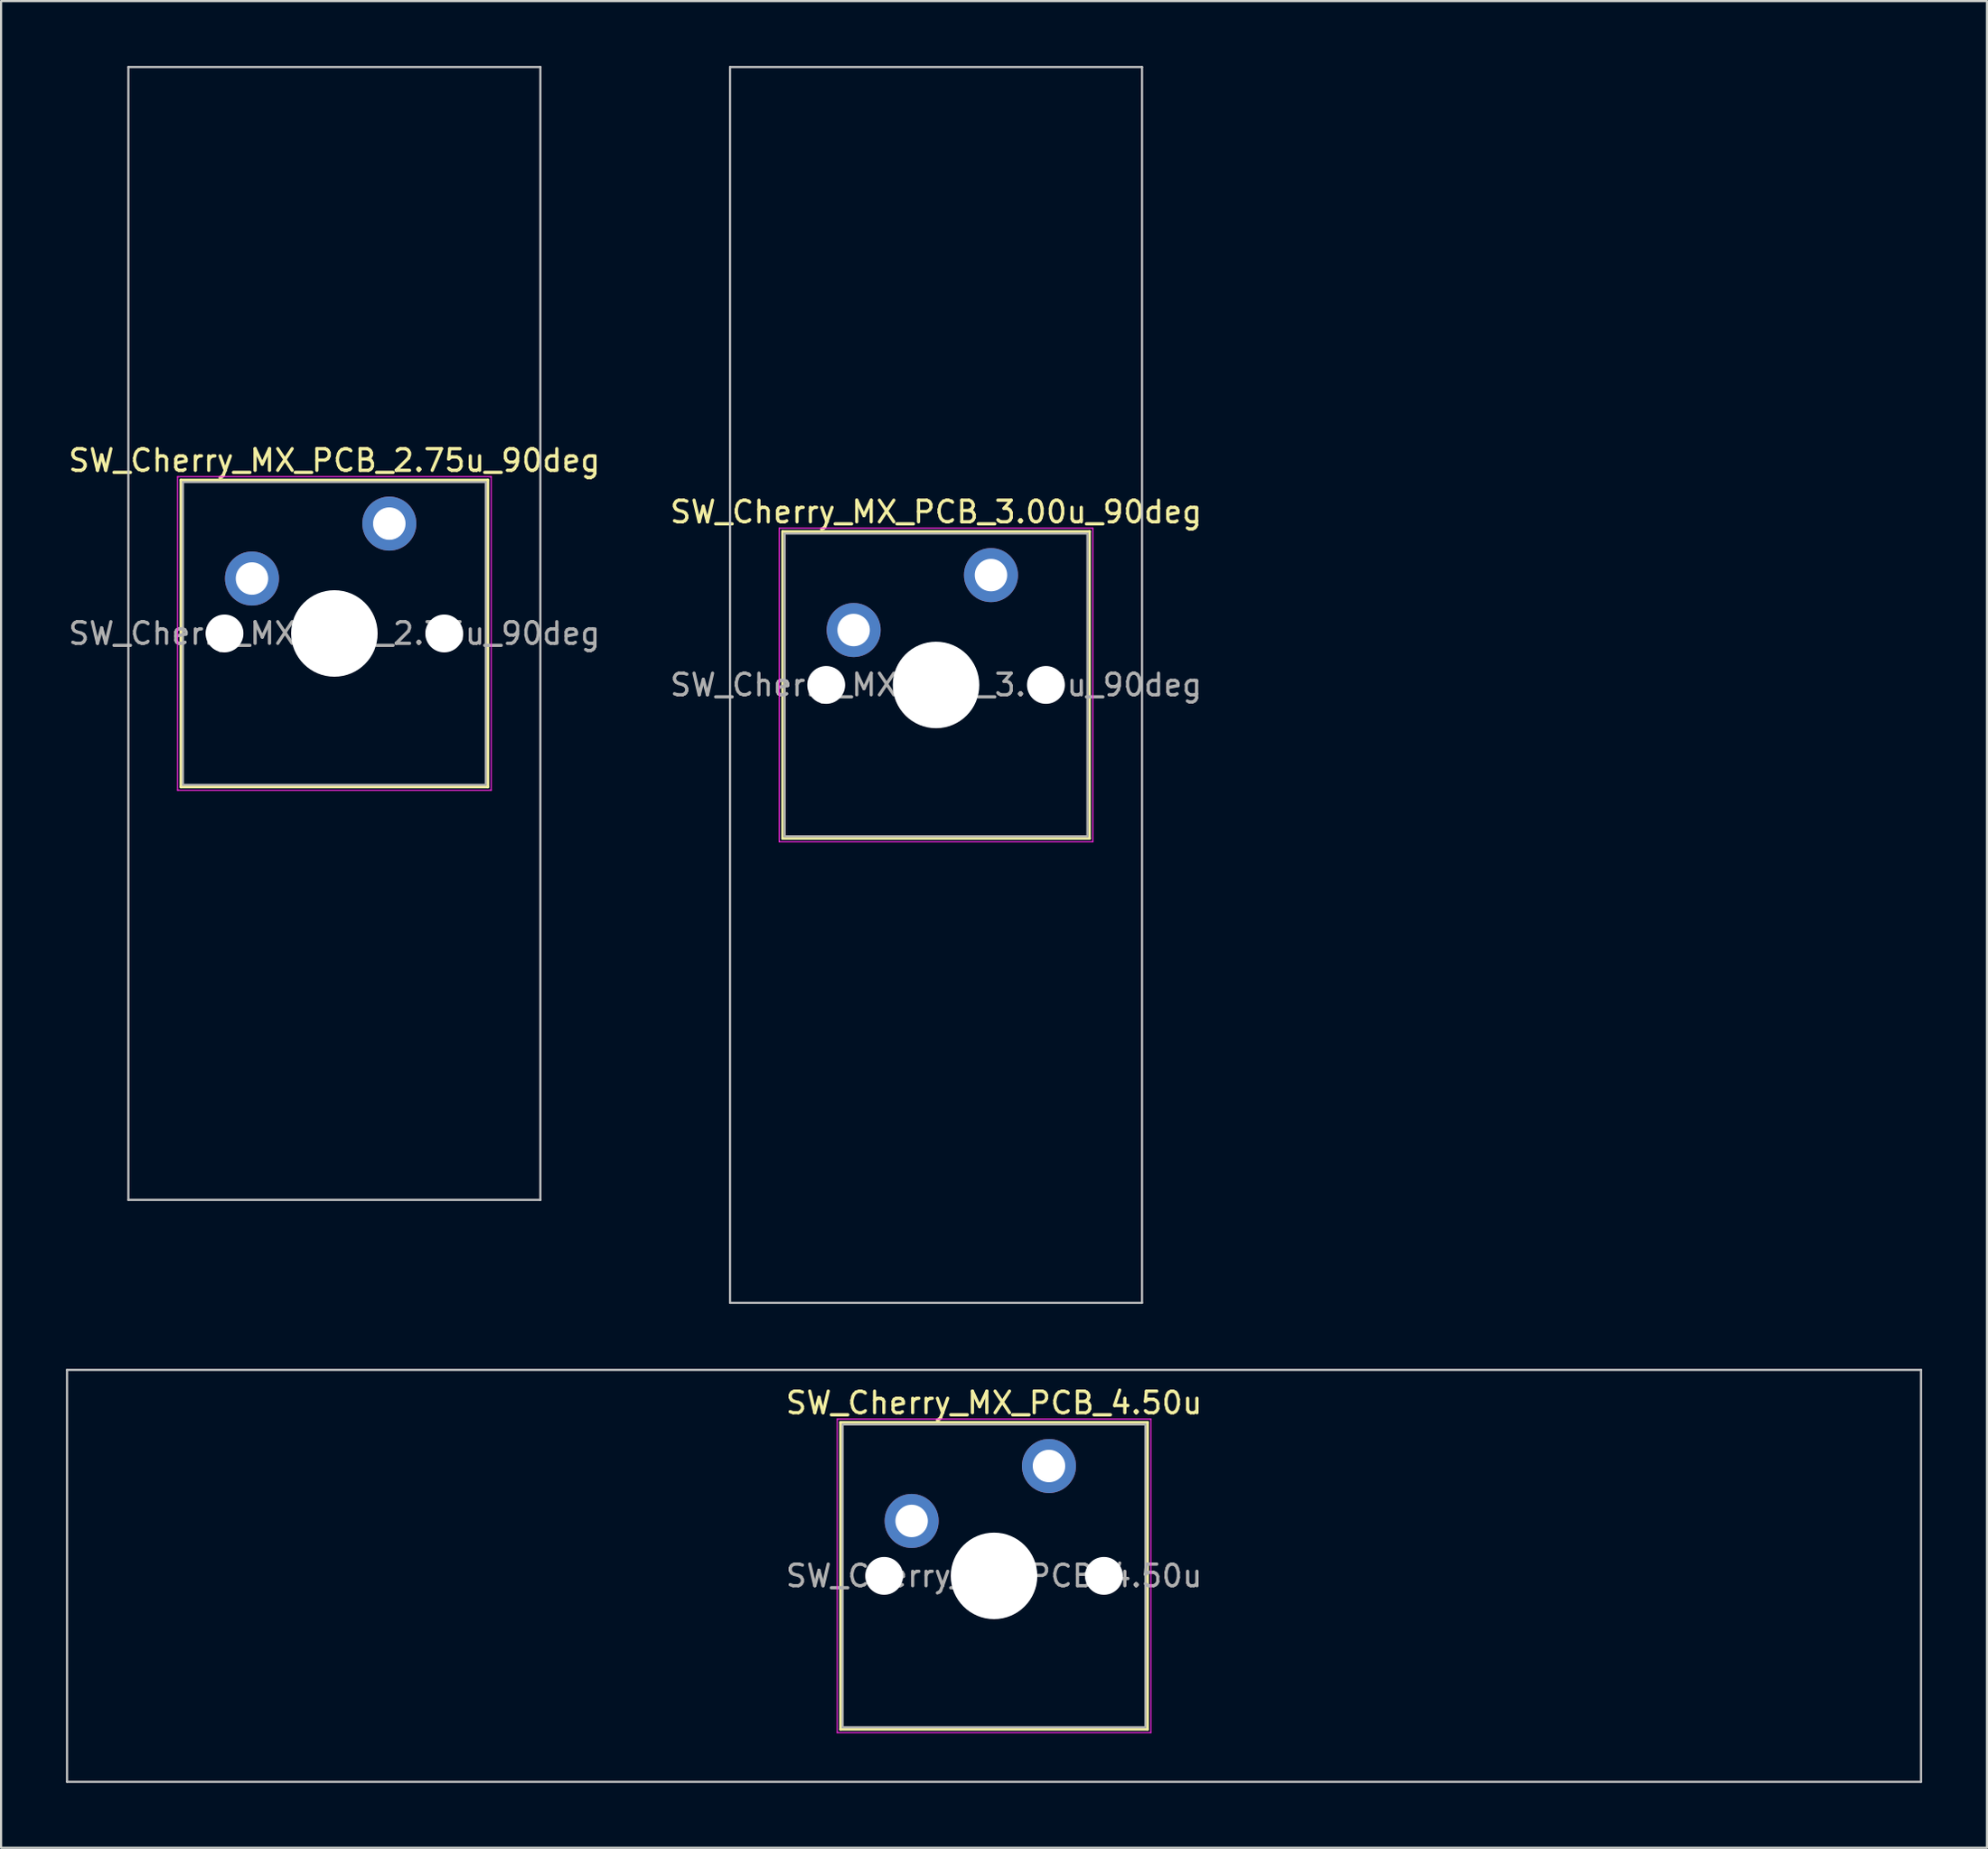
<source format=kicad_pcb>
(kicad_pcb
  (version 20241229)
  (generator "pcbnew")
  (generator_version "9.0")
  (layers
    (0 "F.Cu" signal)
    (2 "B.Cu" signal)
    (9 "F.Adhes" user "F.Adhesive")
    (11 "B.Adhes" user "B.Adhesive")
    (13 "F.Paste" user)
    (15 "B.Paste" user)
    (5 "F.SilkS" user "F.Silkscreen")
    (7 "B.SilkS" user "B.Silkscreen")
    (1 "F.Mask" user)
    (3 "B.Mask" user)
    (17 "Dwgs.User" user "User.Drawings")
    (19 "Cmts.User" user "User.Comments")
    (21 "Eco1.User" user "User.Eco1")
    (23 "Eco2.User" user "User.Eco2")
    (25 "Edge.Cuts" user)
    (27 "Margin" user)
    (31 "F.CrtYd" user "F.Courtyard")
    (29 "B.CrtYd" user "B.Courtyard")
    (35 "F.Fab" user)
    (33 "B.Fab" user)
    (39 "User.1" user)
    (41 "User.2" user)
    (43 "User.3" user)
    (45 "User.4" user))
  (footprint "SW_Cherry_MX_PCB_2.75u_90deg"
    (layer "F.Cu")
    (at 12.411 26.244)
    (property "Reference" "SW_Cherry_MX_PCB_2.75u_90deg" (at 0 -8 0) (layer "F.SilkS") (effects (font (size 1 1) (thickness 0.15))))
    (attr through_hole)
    (fp_line (start -7.1 -7.1) (end -7.1 7.1) (stroke (width 0.12) (type solid)) (layer "F.SilkS"))
    (fp_line (start -7.1 7.1) (end 7.1 7.1) (stroke (width 0.12) (type solid)) (layer "F.SilkS"))
    (fp_line (start 7.1 -7.1) (end -7.1 -7.1) (stroke (width 0.12) (type solid)) (layer "F.SilkS"))
    (fp_line (start 7.1 7.1) (end 7.1 -7.1) (stroke (width 0.12) (type solid)) (layer "F.SilkS"))
    (fp_line (start -9.525 -26.194) (end 9.525 -26.194) (stroke (width 0.1) (type solid)) (layer "Dwgs.User"))
    (fp_line (start -9.525 26.194) (end -9.525 -26.194) (stroke (width 0.1) (type solid)) (layer "Dwgs.User"))
    (fp_line (start 9.525 -26.194) (end 9.525 26.194) (stroke (width 0.1) (type solid)) (layer "Dwgs.User"))
    (fp_line (start 9.525 26.194) (end -9.525 26.194) (stroke (width 0.1) (type solid)) (layer "Dwgs.User"))
    (fp_line (start -7 -7) (end -7 7) (stroke (width 0.1) (type solid)) (layer "Eco1.User"))
    (fp_line (start -7 7) (end 7 7) (stroke (width 0.1) (type solid)) (layer "Eco1.User"))
    (fp_line (start 7 -7) (end -7 -7) (stroke (width 0.1) (type solid)) (layer "Eco1.User"))
    (fp_line (start 7 7) (end 7 -7) (stroke (width 0.1) (type solid)) (layer "Eco1.User"))
    (fp_line (start -7.25 -7.25) (end -7.25 7.25) (stroke (width 0.05) (type solid)) (layer "F.CrtYd"))
    (fp_line (start -7.25 7.25) (end 7.25 7.25) (stroke (width 0.05) (type solid)) (layer "F.CrtYd"))
    (fp_line (start 7.25 -7.25) (end -7.25 -7.25) (stroke (width 0.05) (type solid)) (layer "F.CrtYd"))
    (fp_line (start 7.25 7.25) (end 7.25 -7.25) (stroke (width 0.05) (type solid)) (layer "F.CrtYd"))
    (fp_line (start -7 -7) (end -7 7) (stroke (width 0.1) (type solid)) (layer "F.Fab"))
    (fp_line (start -7 7) (end 7 7) (stroke (width 0.1) (type solid)) (layer "F.Fab"))
    (fp_line (start 7 -7) (end -7 -7) (stroke (width 0.1) (type solid)) (layer "F.Fab"))
    (fp_line (start 7 7) (end 7 -7) (stroke (width 0.1) (type solid)) (layer "F.Fab"))
    (fp_text user "${REFERENCE}" (at 0 0 0) (layer "F.Fab") (effects (font (size 1 1) (thickness 0.15))))
    (pad "" np_thru_hole circle (at -5.08 0) (size 1.75 1.75) (drill 1.75) (layers "*.Cu" "*.Mask"))
    (pad "" smd circle (at -3.81 -2.54) (size 1.55 1.55) (layers "F.Mask"))
    (pad "" np_thru_hole circle (at 0 0) (size 4 4) (drill 4) (layers "*.Cu" "*.Mask"))
    (pad "" smd circle (at 2.54 -5.08) (size 1.55 1.55) (layers "F.Mask"))
    (pad "" np_thru_hole circle (at 5.08 0) (size 1.75 1.75) (drill 1.75) (layers "*.Cu" "*.Mask"))
    (pad "1" thru_hole circle (at -3.81 -2.54) (size 2.5 2.5) (drill 1.5) (layers "*.Cu" "B.Mask"))
    (pad "2" thru_hole circle (at 2.54 -5.08) (size 2.5 2.5) (drill 1.5) (layers "*.Cu" "B.Mask")))
  (footprint "SW_Cherry_MX_PCB_4.50u"
    (layer "F.Cu")
    (at 42.913 69.825)
    (property "Reference" "SW_Cherry_MX_PCB_4.50u" (at 0 -8 0) (layer "F.SilkS") (effects (font (size 1 1) (thickness 0.15))))
    (attr through_hole)
    (fp_line (start -7.1 -7.1) (end -7.1 7.1) (stroke (width 0.12) (type solid)) (layer "F.SilkS"))
    (fp_line (start -7.1 7.1) (end 7.1 7.1) (stroke (width 0.12) (type solid)) (layer "F.SilkS"))
    (fp_line (start 7.1 -7.1) (end -7.1 -7.1) (stroke (width 0.12) (type solid)) (layer "F.SilkS"))
    (fp_line (start 7.1 7.1) (end 7.1 -7.1) (stroke (width 0.12) (type solid)) (layer "F.SilkS"))
    (fp_line (start -42.862 -9.525) (end -42.862 9.525) (stroke (width 0.1) (type solid)) (layer "Dwgs.User"))
    (fp_line (start -42.862 9.525) (end 42.862 9.525) (stroke (width 0.1) (type solid)) (layer "Dwgs.User"))
    (fp_line (start 42.862 -9.525) (end -42.862 -9.525) (stroke (width 0.1) (type solid)) (layer "Dwgs.User"))
    (fp_line (start 42.862 9.525) (end 42.862 -9.525) (stroke (width 0.1) (type solid)) (layer "Dwgs.User"))
    (fp_line (start -7 -7) (end -7 7) (stroke (width 0.1) (type solid)) (layer "Eco1.User"))
    (fp_line (start -7 7) (end 7 7) (stroke (width 0.1) (type solid)) (layer "Eco1.User"))
    (fp_line (start 7 -7) (end -7 -7) (stroke (width 0.1) (type solid)) (layer "Eco1.User"))
    (fp_line (start 7 7) (end 7 -7) (stroke (width 0.1) (type solid)) (layer "Eco1.User"))
    (fp_line (start -7.25 -7.25) (end -7.25 7.25) (stroke (width 0.05) (type solid)) (layer "F.CrtYd"))
    (fp_line (start -7.25 7.25) (end 7.25 7.25) (stroke (width 0.05) (type solid)) (layer "F.CrtYd"))
    (fp_line (start 7.25 -7.25) (end -7.25 -7.25) (stroke (width 0.05) (type solid)) (layer "F.CrtYd"))
    (fp_line (start 7.25 7.25) (end 7.25 -7.25) (stroke (width 0.05) (type solid)) (layer "F.CrtYd"))
    (fp_line (start -7 -7) (end -7 7) (stroke (width 0.1) (type solid)) (layer "F.Fab"))
    (fp_line (start -7 7) (end 7 7) (stroke (width 0.1) (type solid)) (layer "F.Fab"))
    (fp_line (start 7 -7) (end -7 -7) (stroke (width 0.1) (type solid)) (layer "F.Fab"))
    (fp_line (start 7 7) (end 7 -7) (stroke (width 0.1) (type solid)) (layer "F.Fab"))
    (fp_text user "${REFERENCE}" (at 0 0 0) (layer "F.Fab") (effects (font (size 1 1) (thickness 0.15))))
    (pad "" np_thru_hole circle (at -5.08 0) (size 1.75 1.75) (drill 1.75) (layers "*.Cu" "*.Mask"))
    (pad "" smd circle (at -3.81 -2.54) (size 1.55 1.55) (layers "F.Mask"))
    (pad "" np_thru_hole circle (at 0 0) (size 4 4) (drill 4) (layers "*.Cu" "*.Mask"))
    (pad "" smd circle (at 2.54 -5.08) (size 1.55 1.55) (layers "F.Mask"))
    (pad "" np_thru_hole circle (at 5.08 0) (size 1.75 1.75) (drill 1.75) (layers "*.Cu" "*.Mask"))
    (pad "1" thru_hole circle (at -3.81 -2.54) (size 2.5 2.5) (drill 1.5) (layers "*.Cu" "B.Mask"))
    (pad "2" thru_hole circle (at 2.54 -5.08) (size 2.5 2.5) (drill 1.5) (layers "*.Cu" "B.Mask")))
  (footprint "SW_Cherry_MX_PCB_3.00u_90deg"
    (layer "F.Cu")
    (at 40.232 28.625)
    (property "Reference" "SW_Cherry_MX_PCB_3.00u_90deg" (at 0 -8 0) (layer "F.SilkS") (effects (font (size 1 1) (thickness 0.15))))
    (attr through_hole)
    (fp_line (start -7.1 -7.1) (end -7.1 7.1) (stroke (width 0.12) (type solid)) (layer "F.SilkS"))
    (fp_line (start -7.1 7.1) (end 7.1 7.1) (stroke (width 0.12) (type solid)) (layer "F.SilkS"))
    (fp_line (start 7.1 -7.1) (end -7.1 -7.1) (stroke (width 0.12) (type solid)) (layer "F.SilkS"))
    (fp_line (start 7.1 7.1) (end 7.1 -7.1) (stroke (width 0.12) (type solid)) (layer "F.SilkS"))
    (fp_line (start -9.525 -28.575) (end 9.525 -28.575) (stroke (width 0.1) (type solid)) (layer "Dwgs.User"))
    (fp_line (start -9.525 28.575) (end -9.525 -28.575) (stroke (width 0.1) (type solid)) (layer "Dwgs.User"))
    (fp_line (start 9.525 -28.575) (end 9.525 28.575) (stroke (width 0.1) (type solid)) (layer "Dwgs.User"))
    (fp_line (start 9.525 28.575) (end -9.525 28.575) (stroke (width 0.1) (type solid)) (layer "Dwgs.User"))
    (fp_line (start -7 -7) (end -7 7) (stroke (width 0.1) (type solid)) (layer "Eco1.User"))
    (fp_line (start -7 7) (end 7 7) (stroke (width 0.1) (type solid)) (layer "Eco1.User"))
    (fp_line (start 7 -7) (end -7 -7) (stroke (width 0.1) (type solid)) (layer "Eco1.User"))
    (fp_line (start 7 7) (end 7 -7) (stroke (width 0.1) (type solid)) (layer "Eco1.User"))
    (fp_line (start -7.25 -7.25) (end -7.25 7.25) (stroke (width 0.05) (type solid)) (layer "F.CrtYd"))
    (fp_line (start -7.25 7.25) (end 7.25 7.25) (stroke (width 0.05) (type solid)) (layer "F.CrtYd"))
    (fp_line (start 7.25 -7.25) (end -7.25 -7.25) (stroke (width 0.05) (type solid)) (layer "F.CrtYd"))
    (fp_line (start 7.25 7.25) (end 7.25 -7.25) (stroke (width 0.05) (type solid)) (layer "F.CrtYd"))
    (fp_line (start -7 -7) (end -7 7) (stroke (width 0.1) (type solid)) (layer "F.Fab"))
    (fp_line (start -7 7) (end 7 7) (stroke (width 0.1) (type solid)) (layer "F.Fab"))
    (fp_line (start 7 -7) (end -7 -7) (stroke (width 0.1) (type solid)) (layer "F.Fab"))
    (fp_line (start 7 7) (end 7 -7) (stroke (width 0.1) (type solid)) (layer "F.Fab"))
    (fp_text user "${REFERENCE}" (at 0 0 0) (layer "F.Fab") (effects (font (size 1 1) (thickness 0.15))))
    (pad "" np_thru_hole circle (at -5.08 0) (size 1.75 1.75) (drill 1.75) (layers "*.Cu" "*.Mask"))
    (pad "" smd circle (at -3.81 -2.54) (size 1.55 1.55) (layers "F.Mask"))
    (pad "" np_thru_hole circle (at 0 0) (size 4 4) (drill 4) (layers "*.Cu" "*.Mask"))
    (pad "" smd circle (at 2.54 -5.08) (size 1.55 1.55) (layers "F.Mask"))
    (pad "" np_thru_hole circle (at 5.08 0) (size 1.75 1.75) (drill 1.75) (layers "*.Cu" "*.Mask"))
    (pad "1" thru_hole circle (at -3.81 -2.54) (size 2.5 2.5) (drill 1.5) (layers "*.Cu" "B.Mask"))
    (pad "2" thru_hole circle (at 2.54 -5.08) (size 2.5 2.5) (drill 1.5) (layers "*.Cu" "B.Mask")))
  (gr_rect
    (start -3 -3)
    (end 88.825 82.4)
    (stroke (width 0.1) (type default))
    (fill no)
    (layer "Edge.Cuts")))
</source>
